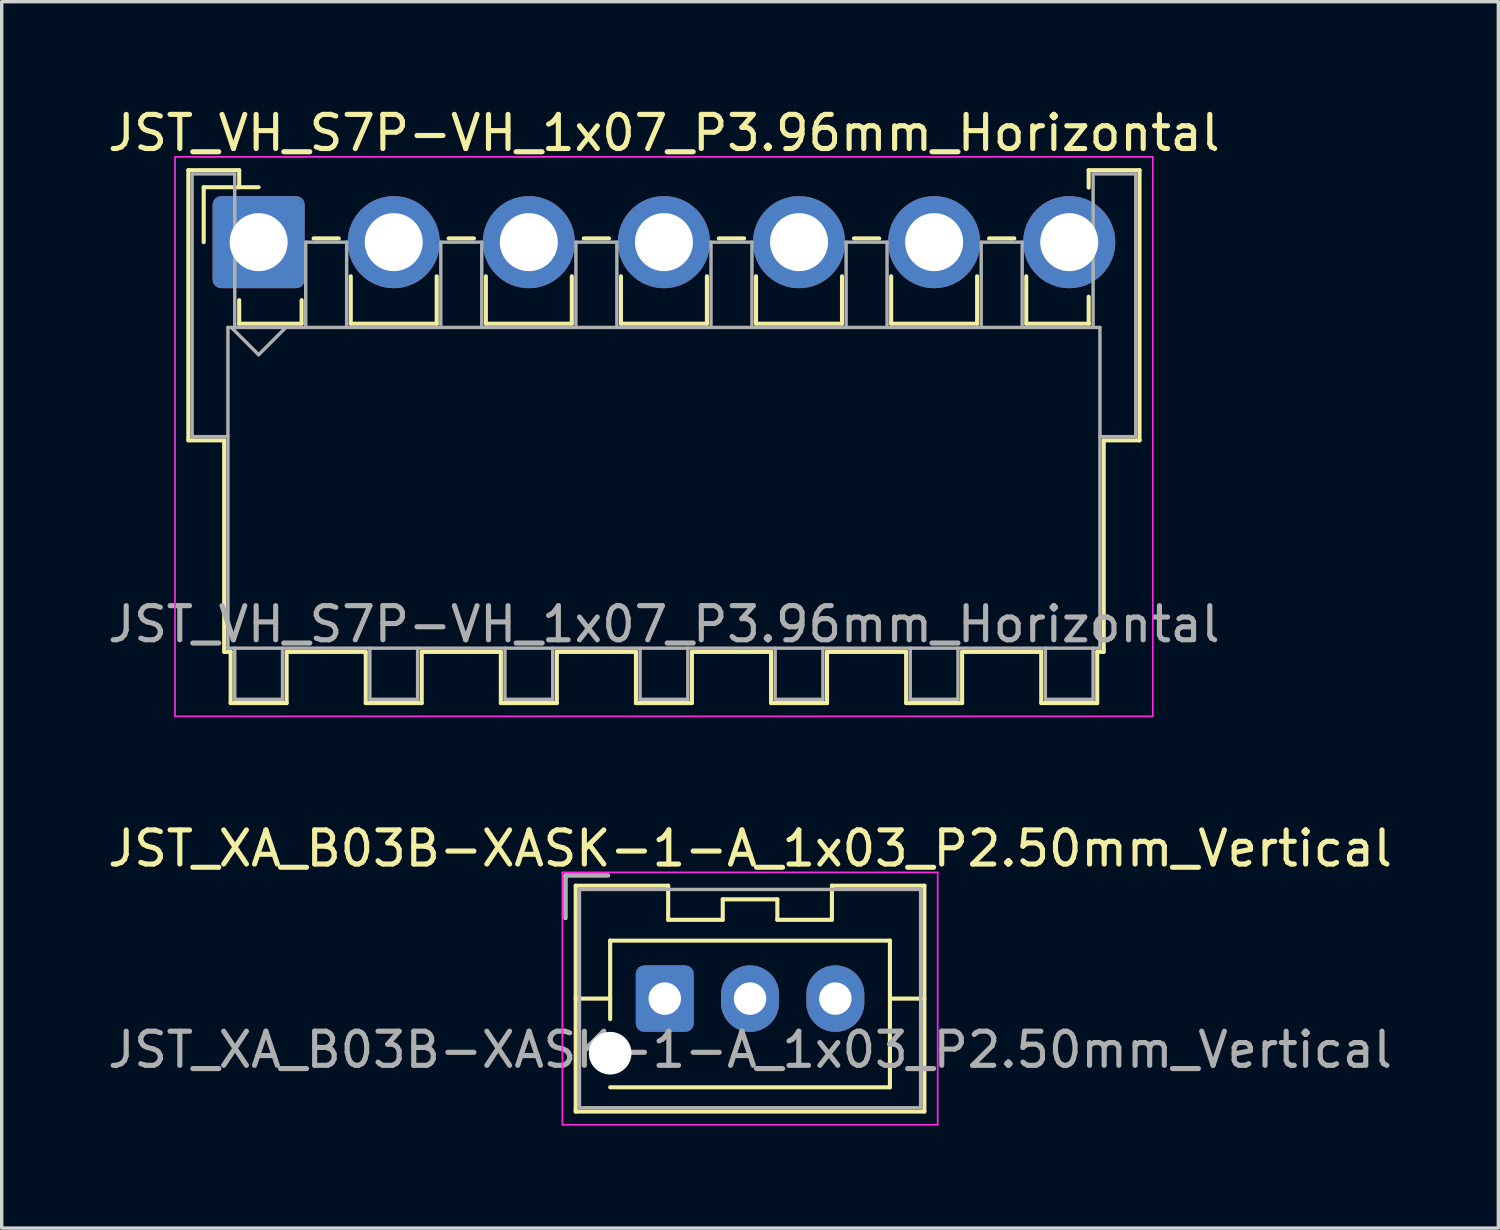
<source format=kicad_pcb>
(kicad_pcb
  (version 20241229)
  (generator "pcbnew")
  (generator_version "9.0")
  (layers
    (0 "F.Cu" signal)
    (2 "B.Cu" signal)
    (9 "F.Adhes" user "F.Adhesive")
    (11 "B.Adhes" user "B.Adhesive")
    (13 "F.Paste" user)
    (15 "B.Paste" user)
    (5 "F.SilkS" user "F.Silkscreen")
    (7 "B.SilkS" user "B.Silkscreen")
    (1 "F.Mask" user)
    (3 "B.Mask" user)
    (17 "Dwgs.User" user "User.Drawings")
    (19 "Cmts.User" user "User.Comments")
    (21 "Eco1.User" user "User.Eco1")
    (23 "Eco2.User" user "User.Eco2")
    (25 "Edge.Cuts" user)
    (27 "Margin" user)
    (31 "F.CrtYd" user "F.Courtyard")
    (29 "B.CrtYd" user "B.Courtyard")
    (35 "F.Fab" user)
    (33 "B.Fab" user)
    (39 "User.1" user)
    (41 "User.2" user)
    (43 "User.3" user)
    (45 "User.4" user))
  (footprint "JST_XA_B03B-XASK-1-A_1x03_P2.50mm_Vertical"
    (layer "F.Cu")
    (at 16.435 26.221)
    (property "Reference" "JST_XA_B03B-XASK-1-A_1x03_P2.50mm_Vertical" (at 2.5 -4.4 0) (layer "F.SilkS") (effects (font (size 1 1) (thickness 0.15))))
    (attr through_hole)
    (fp_line (start -2.91 -3.61) (end -2.91 -2.36) (stroke (width 0.12) (type solid)) (layer "F.SilkS"))
    (fp_line (start -2.61 -3.31) (end -2.61 3.31) (stroke (width 0.12) (type solid)) (layer "F.SilkS"))
    (fp_line (start -2.61 0) (end -1.6 0) (stroke (width 0.12) (type solid)) (layer "F.SilkS"))
    (fp_line (start -2.61 3.31) (end 7.61 3.31) (stroke (width 0.12) (type solid)) (layer "F.SilkS"))
    (fp_line (start -1.66 -3.61) (end -2.91 -3.61) (stroke (width 0.12) (type solid)) (layer "F.SilkS"))
    (fp_line (start -1.6 -1.7) (end 6.6 -1.7) (stroke (width 0.12) (type solid)) (layer "F.SilkS"))
    (fp_line (start -1.6 0.6) (end -1.6 -1.7) (stroke (width 0.12) (type solid)) (layer "F.SilkS"))
    (fp_line (start 0.1 -3.31) (end -2.61 -3.31) (stroke (width 0.12) (type solid)) (layer "F.SilkS"))
    (fp_line (start 0.1 -2.31) (end 0.1 -3.31) (stroke (width 0.12) (type solid)) (layer "F.SilkS"))
    (fp_line (start 1.7 -2.91) (end 1.7 -2.31) (stroke (width 0.12) (type solid)) (layer "F.SilkS"))
    (fp_line (start 1.7 -2.31) (end 0.1 -2.31) (stroke (width 0.12) (type solid)) (layer "F.SilkS"))
    (fp_line (start 3.3 -2.91) (end 1.7 -2.91) (stroke (width 0.12) (type solid)) (layer "F.SilkS"))
    (fp_line (start 3.3 -2.31) (end 3.3 -2.91) (stroke (width 0.12) (type solid)) (layer "F.SilkS"))
    (fp_line (start 4.9 -3.31) (end 4.9 -2.31) (stroke (width 0.12) (type solid)) (layer "F.SilkS"))
    (fp_line (start 4.9 -2.31) (end 3.3 -2.31) (stroke (width 0.12) (type solid)) (layer "F.SilkS"))
    (fp_line (start 6.6 -1.7) (end 6.6 2.6) (stroke (width 0.12) (type solid)) (layer "F.SilkS"))
    (fp_line (start 6.6 2.6) (end -1.6 2.6) (stroke (width 0.12) (type solid)) (layer "F.SilkS"))
    (fp_line (start 7.61 -3.31) (end 4.9 -3.31) (stroke (width 0.12) (type solid)) (layer "F.SilkS"))
    (fp_line (start 7.61 0) (end 6.6 0) (stroke (width 0.12) (type solid)) (layer "F.SilkS"))
    (fp_line (start 7.61 3.31) (end 7.61 -3.31) (stroke (width 0.12) (type solid)) (layer "F.SilkS"))
    (fp_line (start -3 -3.7) (end -3 3.7) (stroke (width 0.05) (type solid)) (layer "F.CrtYd"))
    (fp_line (start -3 3.7) (end 8 3.7) (stroke (width 0.05) (type solid)) (layer "F.CrtYd"))
    (fp_line (start 8 -3.7) (end -3 -3.7) (stroke (width 0.05) (type solid)) (layer "F.CrtYd"))
    (fp_line (start 8 3.7) (end 8 -3.7) (stroke (width 0.05) (type solid)) (layer "F.CrtYd"))
    (fp_line (start -2.91 -3.61) (end -2.91 -2.36) (stroke (width 0.1) (type solid)) (layer "F.Fab"))
    (fp_line (start -2.5 -3.2) (end -2.5 3.2) (stroke (width 0.1) (type solid)) (layer "F.Fab"))
    (fp_line (start -2.5 3.2) (end 7.5 3.2) (stroke (width 0.1) (type solid)) (layer "F.Fab"))
    (fp_line (start -1.66 -3.61) (end -2.91 -3.61) (stroke (width 0.1) (type solid)) (layer "F.Fab"))
    (fp_line (start 7.5 -3.2) (end -2.5 -3.2) (stroke (width 0.1) (type solid)) (layer "F.Fab"))
    (fp_line (start 7.5 3.2) (end 7.5 -3.2) (stroke (width 0.1) (type solid)) (layer "F.Fab"))
    (fp_text user "${REFERENCE}" (at 2.5 1.5 0) (layer "F.Fab") (effects (font (size 1 1) (thickness 0.15))))
    (pad "" np_thru_hole circle (at -1.6 1.6) (size 1.25 1.25) (drill 1.25) (layers "*.Cu" "*.Mask"))
    (pad "1" thru_hole roundrect (at 0 0) (size 1.7 1.95) (drill 0.95) (layers "*.Cu" "*.Mask") (roundrect_rratio 0.147))
    (pad "2" thru_hole oval (at 2.5 0) (size 1.7 1.95) (drill 0.95) (layers "*.Cu" "*.Mask"))
    (pad "3" thru_hole oval (at 5 0) (size 1.7 1.95) (drill 0.95) (layers "*.Cu" "*.Mask")))
  (footprint "JST_VH_S7P-VH_1x07_P3.96mm_Horizontal"
    (layer "F.Cu")
    (at 4.531 4.048)
    (property "Reference" "JST_VH_S7P-VH_1x07_P3.96mm_Horizontal" (at 11.88 -3.2 0) (layer "F.SilkS") (effects (font (size 1 1) (thickness 0.15))))
    (attr through_hole)
    (fp_line (start -2.06 -2.11) (end -0.57 -2.11) (stroke (width 0.12) (type solid)) (layer "F.SilkS"))
    (fp_line (start -2.06 5.81) (end -2.06 -2.11) (stroke (width 0.12) (type solid)) (layer "F.SilkS"))
    (fp_line (start -1.61 -1.61) (end -1.61 0) (stroke (width 0.12) (type solid)) (layer "F.SilkS"))
    (fp_line (start -1.01 5.81) (end -2.06 5.81) (stroke (width 0.12) (type solid)) (layer "F.SilkS"))
    (fp_line (start -1.01 5.81) (end -1.01 12.01) (stroke (width 0.12) (type solid)) (layer "F.SilkS"))
    (fp_line (start -1.01 12.01) (end -0.82 12.01) (stroke (width 0.12) (type solid)) (layer "F.SilkS"))
    (fp_line (start -0.82 12.01) (end -0.82 13.51) (stroke (width 0.12) (type solid)) (layer "F.SilkS"))
    (fp_line (start -0.82 13.51) (end 0.82 13.51) (stroke (width 0.12) (type solid)) (layer "F.SilkS"))
    (fp_line (start -0.58 2.39) (end 1.26 2.39) (stroke (width 0.12) (type solid)) (layer "F.SilkS"))
    (fp_line (start -0.57 -2.11) (end -0.57 -1.61) (stroke (width 0.12) (type solid)) (layer "F.SilkS"))
    (fp_line (start -0.57 1.7) (end -0.57 2.39) (stroke (width 0.12) (type solid)) (layer "F.SilkS"))
    (fp_line (start 0 -1.61) (end -1.61 -1.61) (stroke (width 0.12) (type solid)) (layer "F.SilkS"))
    (fp_line (start 0.82 12.01) (end 3.14 12.01) (stroke (width 0.12) (type solid)) (layer "F.SilkS"))
    (fp_line (start 0.82 13.51) (end 0.82 12.01) (stroke (width 0.12) (type solid)) (layer "F.SilkS"))
    (fp_line (start 1.26 2.39) (end 1.26 1.7) (stroke (width 0.12) (type solid)) (layer "F.SilkS"))
    (fp_line (start 1.61 -0.11) (end 2.35 -0.11) (stroke (width 0.12) (type solid)) (layer "F.SilkS"))
    (fp_line (start 2.7 1) (end 2.7 2.39) (stroke (width 0.12) (type solid)) (layer "F.SilkS"))
    (fp_line (start 2.7 2.39) (end 5.22 2.39) (stroke (width 0.12) (type solid)) (layer "F.SilkS"))
    (fp_line (start 3.14 12.01) (end 3.14 13.51) (stroke (width 0.12) (type solid)) (layer "F.SilkS"))
    (fp_line (start 3.14 13.51) (end 4.78 13.51) (stroke (width 0.12) (type solid)) (layer "F.SilkS"))
    (fp_line (start 4.78 12.01) (end 7.1 12.01) (stroke (width 0.12) (type solid)) (layer "F.SilkS"))
    (fp_line (start 4.78 13.51) (end 4.78 12.01) (stroke (width 0.12) (type solid)) (layer "F.SilkS"))
    (fp_line (start 5.22 2.39) (end 5.22 1) (stroke (width 0.12) (type solid)) (layer "F.SilkS"))
    (fp_line (start 5.57 -0.11) (end 6.31 -0.11) (stroke (width 0.12) (type solid)) (layer "F.SilkS"))
    (fp_line (start 6.66 1) (end 6.66 2.39) (stroke (width 0.12) (type solid)) (layer "F.SilkS"))
    (fp_line (start 6.66 2.39) (end 9.18 2.39) (stroke (width 0.12) (type solid)) (layer "F.SilkS"))
    (fp_line (start 7.1 12.01) (end 7.1 13.51) (stroke (width 0.12) (type solid)) (layer "F.SilkS"))
    (fp_line (start 7.1 13.51) (end 8.74 13.51) (stroke (width 0.12) (type solid)) (layer "F.SilkS"))
    (fp_line (start 8.74 12.01) (end 11.06 12.01) (stroke (width 0.12) (type solid)) (layer "F.SilkS"))
    (fp_line (start 8.74 13.51) (end 8.74 12.01) (stroke (width 0.12) (type solid)) (layer "F.SilkS"))
    (fp_line (start 9.18 2.39) (end 9.18 1) (stroke (width 0.12) (type solid)) (layer "F.SilkS"))
    (fp_line (start 9.53 -0.11) (end 10.27 -0.11) (stroke (width 0.12) (type solid)) (layer "F.SilkS"))
    (fp_line (start 10.62 1) (end 10.62 2.39) (stroke (width 0.12) (type solid)) (layer "F.SilkS"))
    (fp_line (start 10.62 2.39) (end 13.14 2.39) (stroke (width 0.12) (type solid)) (layer "F.SilkS"))
    (fp_line (start 11.06 12.01) (end 11.06 13.51) (stroke (width 0.12) (type solid)) (layer "F.SilkS"))
    (fp_line (start 11.06 13.51) (end 12.7 13.51) (stroke (width 0.12) (type solid)) (layer "F.SilkS"))
    (fp_line (start 12.7 12.01) (end 15.02 12.01) (stroke (width 0.12) (type solid)) (layer "F.SilkS"))
    (fp_line (start 12.7 13.51) (end 12.7 12.01) (stroke (width 0.12) (type solid)) (layer "F.SilkS"))
    (fp_line (start 13.14 2.39) (end 13.14 1) (stroke (width 0.12) (type solid)) (layer "F.SilkS"))
    (fp_line (start 13.49 -0.11) (end 14.23 -0.11) (stroke (width 0.12) (type solid)) (layer "F.SilkS"))
    (fp_line (start 14.58 1) (end 14.58 2.39) (stroke (width 0.12) (type solid)) (layer "F.SilkS"))
    (fp_line (start 14.58 2.39) (end 17.1 2.39) (stroke (width 0.12) (type solid)) (layer "F.SilkS"))
    (fp_line (start 15.02 12.01) (end 15.02 13.51) (stroke (width 0.12) (type solid)) (layer "F.SilkS"))
    (fp_line (start 15.02 13.51) (end 16.66 13.51) (stroke (width 0.12) (type solid)) (layer "F.SilkS"))
    (fp_line (start 16.66 12.01) (end 18.98 12.01) (stroke (width 0.12) (type solid)) (layer "F.SilkS"))
    (fp_line (start 16.66 13.51) (end 16.66 12.01) (stroke (width 0.12) (type solid)) (layer "F.SilkS"))
    (fp_line (start 17.1 2.39) (end 17.1 1) (stroke (width 0.12) (type solid)) (layer "F.SilkS"))
    (fp_line (start 17.45 -0.11) (end 18.19 -0.11) (stroke (width 0.12) (type solid)) (layer "F.SilkS"))
    (fp_line (start 18.54 1) (end 18.54 2.39) (stroke (width 0.12) (type solid)) (layer "F.SilkS"))
    (fp_line (start 18.54 2.39) (end 21.06 2.39) (stroke (width 0.12) (type solid)) (layer "F.SilkS"))
    (fp_line (start 18.98 12.01) (end 18.98 13.51) (stroke (width 0.12) (type solid)) (layer "F.SilkS"))
    (fp_line (start 18.98 13.51) (end 20.62 13.51) (stroke (width 0.12) (type solid)) (layer "F.SilkS"))
    (fp_line (start 20.62 12.01) (end 22.94 12.01) (stroke (width 0.12) (type solid)) (layer "F.SilkS"))
    (fp_line (start 20.62 13.51) (end 20.62 12.01) (stroke (width 0.12) (type solid)) (layer "F.SilkS"))
    (fp_line (start 21.06 2.39) (end 21.06 1) (stroke (width 0.12) (type solid)) (layer "F.SilkS"))
    (fp_line (start 21.41 -0.11) (end 22.15 -0.11) (stroke (width 0.12) (type solid)) (layer "F.SilkS"))
    (fp_line (start 22.5 1) (end 22.5 2.39) (stroke (width 0.12) (type solid)) (layer "F.SilkS"))
    (fp_line (start 22.5 2.39) (end 24.34 2.39) (stroke (width 0.12) (type solid)) (layer "F.SilkS"))
    (fp_line (start 22.94 12.01) (end 22.94 13.51) (stroke (width 0.12) (type solid)) (layer "F.SilkS"))
    (fp_line (start 22.94 13.51) (end 24.58 13.51) (stroke (width 0.12) (type solid)) (layer "F.SilkS"))
    (fp_line (start 24.33 -2.11) (end 25.82 -2.11) (stroke (width 0.12) (type solid)) (layer "F.SilkS"))
    (fp_line (start 24.33 -1.6) (end 24.33 -2.11) (stroke (width 0.12) (type solid)) (layer "F.SilkS"))
    (fp_line (start 24.33 2.39) (end 24.33 1.6) (stroke (width 0.12) (type solid)) (layer "F.SilkS"))
    (fp_line (start 24.58 12.01) (end 24.77 12.01) (stroke (width 0.12) (type solid)) (layer "F.SilkS"))
    (fp_line (start 24.58 13.51) (end 24.58 12.01) (stroke (width 0.12) (type solid)) (layer "F.SilkS"))
    (fp_line (start 24.77 12.01) (end 24.77 5.81) (stroke (width 0.12) (type solid)) (layer "F.SilkS"))
    (fp_line (start 25.82 -2.11) (end 25.82 5.81) (stroke (width 0.12) (type solid)) (layer "F.SilkS"))
    (fp_line (start 25.82 5.81) (end 24.77 5.81) (stroke (width 0.12) (type solid)) (layer "F.SilkS"))
    (fp_line (start -2.45 -2.5) (end -2.45 13.9) (stroke (width 0.05) (type solid)) (layer "F.CrtYd"))
    (fp_line (start -2.45 13.9) (end 26.21 13.9) (stroke (width 0.05) (type solid)) (layer "F.CrtYd"))
    (fp_line (start 26.21 -2.5) (end -2.45 -2.5) (stroke (width 0.05) (type solid)) (layer "F.CrtYd"))
    (fp_line (start 26.21 13.9) (end 26.21 -2.5) (stroke (width 0.05) (type solid)) (layer "F.CrtYd"))
    (fp_line (start -1.95 -2) (end -0.7 -2) (stroke (width 0.1) (type solid)) (layer "F.Fab"))
    (fp_line (start -1.95 5.7) (end -1.95 -2) (stroke (width 0.1) (type solid)) (layer "F.Fab"))
    (fp_line (start -0.9 2.5) (end -0.9 11.9) (stroke (width 0.1) (type solid)) (layer "F.Fab"))
    (fp_line (start -0.9 5.7) (end -1.95 5.7) (stroke (width 0.1) (type solid)) (layer "F.Fab"))
    (fp_line (start -0.9 11.9) (end 24.66 11.9) (stroke (width 0.1) (type solid)) (layer "F.Fab"))
    (fp_line (start -0.8 2.5) (end 0 3.3) (stroke (width 0.1) (type solid)) (layer "F.Fab"))
    (fp_line (start -0.7 -2) (end -0.7 2.5) (stroke (width 0.1) (type solid)) (layer "F.Fab"))
    (fp_line (start -0.7 11.9) (end -0.7 13.4) (stroke (width 0.1) (type solid)) (layer "F.Fab"))
    (fp_line (start -0.7 13.4) (end 0.7 13.4) (stroke (width 0.1) (type solid)) (layer "F.Fab"))
    (fp_line (start 0 3.3) (end 0.8 2.5) (stroke (width 0.1) (type solid)) (layer "F.Fab"))
    (fp_line (start 0.7 13.4) (end 0.7 11.9) (stroke (width 0.1) (type solid)) (layer "F.Fab"))
    (fp_line (start 1.38 0) (end 2.58 0) (stroke (width 0.1) (type solid)) (layer "F.Fab"))
    (fp_line (start 1.38 2.5) (end 1.38 0) (stroke (width 0.1) (type solid)) (layer "F.Fab"))
    (fp_line (start 2.58 0) (end 2.58 2.5) (stroke (width 0.1) (type solid)) (layer "F.Fab"))
    (fp_line (start 3.26 11.9) (end 3.26 13.4) (stroke (width 0.1) (type solid)) (layer "F.Fab"))
    (fp_line (start 3.26 13.4) (end 4.66 13.4) (stroke (width 0.1) (type solid)) (layer "F.Fab"))
    (fp_line (start 4.66 13.4) (end 4.66 11.9) (stroke (width 0.1) (type solid)) (layer "F.Fab"))
    (fp_line (start 5.34 0) (end 6.54 0) (stroke (width 0.1) (type solid)) (layer "F.Fab"))
    (fp_line (start 5.34 2.5) (end 5.34 0) (stroke (width 0.1) (type solid)) (layer "F.Fab"))
    (fp_line (start 6.54 0) (end 6.54 2.5) (stroke (width 0.1) (type solid)) (layer "F.Fab"))
    (fp_line (start 7.22 11.9) (end 7.22 13.4) (stroke (width 0.1) (type solid)) (layer "F.Fab"))
    (fp_line (start 7.22 13.4) (end 8.62 13.4) (stroke (width 0.1) (type solid)) (layer "F.Fab"))
    (fp_line (start 8.62 13.4) (end 8.62 11.9) (stroke (width 0.1) (type solid)) (layer "F.Fab"))
    (fp_line (start 9.3 0) (end 10.5 0) (stroke (width 0.1) (type solid)) (layer "F.Fab"))
    (fp_line (start 9.3 2.5) (end 9.3 0) (stroke (width 0.1) (type solid)) (layer "F.Fab"))
    (fp_line (start 10.5 0) (end 10.5 2.5) (stroke (width 0.1) (type solid)) (layer "F.Fab"))
    (fp_line (start 11.18 11.9) (end 11.18 13.4) (stroke (width 0.1) (type solid)) (layer "F.Fab"))
    (fp_line (start 11.18 13.4) (end 12.58 13.4) (stroke (width 0.1) (type solid)) (layer "F.Fab"))
    (fp_line (start 12.58 13.4) (end 12.58 11.9) (stroke (width 0.1) (type solid)) (layer "F.Fab"))
    (fp_line (start 13.26 0) (end 14.46 0) (stroke (width 0.1) (type solid)) (layer "F.Fab"))
    (fp_line (start 13.26 2.5) (end 13.26 0) (stroke (width 0.1) (type solid)) (layer "F.Fab"))
    (fp_line (start 14.46 0) (end 14.46 2.5) (stroke (width 0.1) (type solid)) (layer "F.Fab"))
    (fp_line (start 15.14 11.9) (end 15.14 13.4) (stroke (width 0.1) (type solid)) (layer "F.Fab"))
    (fp_line (start 15.14 13.4) (end 16.54 13.4) (stroke (width 0.1) (type solid)) (layer "F.Fab"))
    (fp_line (start 16.54 13.4) (end 16.54 11.9) (stroke (width 0.1) (type solid)) (layer "F.Fab"))
    (fp_line (start 17.22 0) (end 18.42 0) (stroke (width 0.1) (type solid)) (layer "F.Fab"))
    (fp_line (start 17.22 2.5) (end 17.22 0) (stroke (width 0.1) (type solid)) (layer "F.Fab"))
    (fp_line (start 18.42 0) (end 18.42 2.5) (stroke (width 0.1) (type solid)) (layer "F.Fab"))
    (fp_line (start 19.1 11.9) (end 19.1 13.4) (stroke (width 0.1) (type solid)) (layer "F.Fab"))
    (fp_line (start 19.1 13.4) (end 20.5 13.4) (stroke (width 0.1) (type solid)) (layer "F.Fab"))
    (fp_line (start 20.5 13.4) (end 20.5 11.9) (stroke (width 0.1) (type solid)) (layer "F.Fab"))
    (fp_line (start 21.18 0) (end 22.38 0) (stroke (width 0.1) (type solid)) (layer "F.Fab"))
    (fp_line (start 21.18 2.5) (end 21.18 0) (stroke (width 0.1) (type solid)) (layer "F.Fab"))
    (fp_line (start 22.38 0) (end 22.38 2.5) (stroke (width 0.1) (type solid)) (layer "F.Fab"))
    (fp_line (start 23.06 11.9) (end 23.06 13.4) (stroke (width 0.1) (type solid)) (layer "F.Fab"))
    (fp_line (start 23.06 13.4) (end 24.46 13.4) (stroke (width 0.1) (type solid)) (layer "F.Fab"))
    (fp_line (start 24.46 -2) (end 25.71 -2) (stroke (width 0.1) (type solid)) (layer "F.Fab"))
    (fp_line (start 24.46 2.5) (end 24.46 -2) (stroke (width 0.1) (type solid)) (layer "F.Fab"))
    (fp_line (start 24.46 13.4) (end 24.46 11.9) (stroke (width 0.1) (type solid)) (layer "F.Fab"))
    (fp_line (start 24.66 2.5) (end -0.9 2.5) (stroke (width 0.1) (type solid)) (layer "F.Fab"))
    (fp_line (start 24.66 11.9) (end 24.66 2.5) (stroke (width 0.1) (type solid)) (layer "F.Fab"))
    (fp_line (start 25.71 -2) (end 25.71 5.7) (stroke (width 0.1) (type solid)) (layer "F.Fab"))
    (fp_line (start 25.71 5.7) (end 24.66 5.7) (stroke (width 0.1) (type solid)) (layer "F.Fab"))
    (fp_text user "${REFERENCE}" (at 11.88 11.2 0) (layer "F.Fab") (effects (font (size 1 1) (thickness 0.15))))
    (pad "1" thru_hole roundrect (at 0 0) (size 2.7 2.7) (drill 1.7) (layers "*.Cu" "*.Mask") (roundrect_rratio 0.093))
    (pad "2" thru_hole circle (at 3.96 0) (size 2.7 2.7) (drill 1.7) (layers "*.Cu" "*.Mask"))
    (pad "3" thru_hole circle (at 7.92 0) (size 2.7 2.7) (drill 1.7) (layers "*.Cu" "*.Mask"))
    (pad "4" thru_hole circle (at 11.88 0) (size 2.7 2.7) (drill 1.7) (layers "*.Cu" "*.Mask"))
    (pad "5" thru_hole circle (at 15.84 0) (size 2.7 2.7) (drill 1.7) (layers "*.Cu" "*.Mask"))
    (pad "6" thru_hole circle (at 19.8 0) (size 2.7 2.7) (drill 1.7) (layers "*.Cu" "*.Mask"))
    (pad "7" thru_hole circle (at 23.76 0) (size 2.7 2.7) (drill 1.7) (layers "*.Cu" "*.Mask")))
  (gr_rect
    (start -3 -3)
    (end 40.869 32.947)
    (stroke (width 0.1) (type default))
    (fill no)
    (layer "Edge.Cuts")))
</source>
